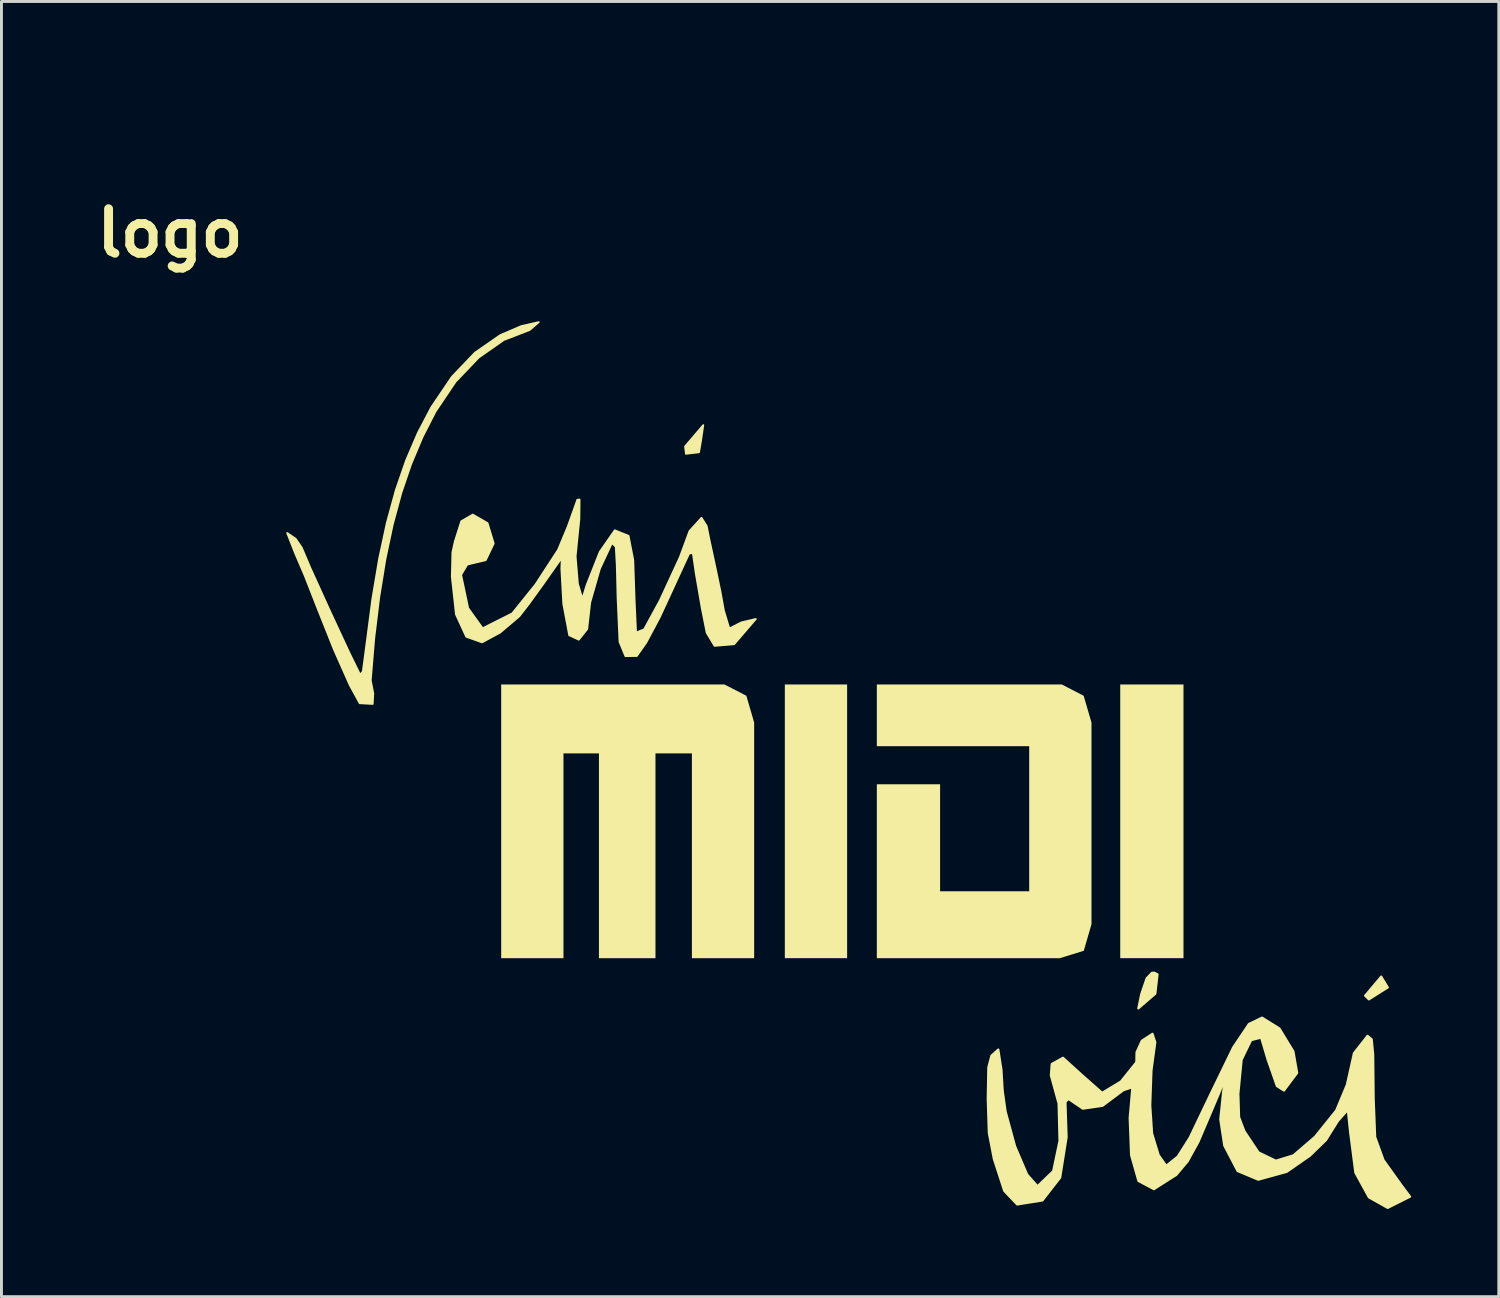
<source format=kicad_pcb>
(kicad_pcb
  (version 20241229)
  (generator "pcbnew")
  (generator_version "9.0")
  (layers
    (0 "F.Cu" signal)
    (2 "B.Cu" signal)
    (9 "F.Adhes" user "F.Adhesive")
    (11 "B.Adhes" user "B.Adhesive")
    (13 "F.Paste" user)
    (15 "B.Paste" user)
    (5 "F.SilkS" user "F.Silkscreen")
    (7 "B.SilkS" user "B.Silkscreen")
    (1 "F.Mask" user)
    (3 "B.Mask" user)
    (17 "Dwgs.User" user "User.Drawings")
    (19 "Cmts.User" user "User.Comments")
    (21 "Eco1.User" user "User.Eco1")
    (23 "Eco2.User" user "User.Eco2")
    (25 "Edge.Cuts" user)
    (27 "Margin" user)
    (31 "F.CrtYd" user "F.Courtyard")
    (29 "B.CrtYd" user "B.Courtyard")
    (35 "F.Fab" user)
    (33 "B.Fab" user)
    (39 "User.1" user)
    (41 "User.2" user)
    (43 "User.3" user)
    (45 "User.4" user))
  (footprint "logo"
    (layer "F.Cu")
    (at 2.772 0.25)
    (property "Reference" "logo" (at 0 4.682 0) (layer "F.SilkS") (effects (font (size 1.524 1.524) (thickness 0.305))))
    (attr exclude_from_pos_files exclude_from_bom)
    (fp_poly (pts (xy 21.05 20.136) (xy 21.05 29.507) (xy 23.183 29.507) (xy 23.183 20.136) (xy 21.05 20.136)) (stroke (width 0) (type solid)) (fill yes) (layer "F.SilkS"))
    (fp_poly (pts (xy 32.534 20.136) (xy 32.534 29.507) (xy 34.7 29.507) (xy 34.7 20.136) (xy 32.534 20.136)) (stroke (width 0) (type solid)) (fill yes) (layer "F.SilkS"))
    (fp_poly (pts (xy 41.469 30.138) (xy 40.918 30.792) (xy 41.047 30.918) (xy 41.695 30.509) (xy 41.469 30.138)) (stroke (width 0.075) (type solid)) (fill yes) (layer "F.SilkS"))
    (fp_poly (pts (xy 10.341 14.526) (xy 10.896 15.224) (xy 10.643 15.754) (xy 10.034 15.791) (xy 10.128 14.666) (xy 10.341 14.526)) (stroke (width 0.064) (type solid)) (fill yes) (layer "F.SilkS"))
    (fp_poly (pts (xy 18.256 11.258) (xy 17.634 11.987) (xy 17.664 12.237) (xy 18.111 12.185) (xy 18.179 11.789) (xy 18.21 11.579) (xy 18.256 11.258)) (stroke (width 0.064) (type solid)) (fill yes) (layer "F.SilkS"))
    (fp_poly (pts (xy 33.621 30.006) (xy 33.439 30.195) (xy 33.253 30.74) (xy 33.153 31.227) (xy 33.735 30.724) (xy 33.811 30.062) (xy 33.704 30.006) (xy 33.621 30.006)) (stroke (width 0.075) (type solid)) (fill yes) (layer "F.SilkS"))
    (fp_poly (pts (xy 11.338 20.136) (xy 18.983 20.136) (xy 19.733 20.522) (xy 20 21.44) (xy 20 29.507) (xy 17.868 29.507) (xy 17.868 22.496) (xy 16.621 22.496) (xy 16.621 29.507) (xy 14.685 29.507) (xy 14.685 22.496) (xy 13.471 22.496) (xy 13.471 29.507) (xy 11.338 29.507) (xy 11.338 20.136)) (stroke (width 0) (type solid)) (fill yes) (layer "F.SilkS"))
    (fp_poly (pts (xy 24.2 20.136) (xy 30.533 20.136) (xy 31.282 20.522) (xy 31.55 21.44) (xy 31.55 28.344) (xy 31.286 29.254) (xy 30.467 29.507) (xy 24.2 29.507) (xy 24.2 23.553) (xy 26.366 23.553) (xy 26.366 27.217) (xy 29.417 27.217) (xy 29.417 22.25) (xy 24.2 22.25) (xy 24.2 20.136)) (stroke (width 0) (type solid)) (fill yes) (layer "F.SilkS"))
    (fp_poly (pts (xy 12.623 7.73) (xy 12.029 7.866) (xy 11.305 8.176) (xy 10.44 8.777) (xy 9.653 9.6) (xy 8.949 10.641) (xy 8.49 11.516) (xy 8.086 12.456) (xy 7.733 13.477) (xy 7.425 14.598) (xy 7.159 15.833) (xy 6.929 17.199) (xy 6.731 18.714) (xy 6.601 19.697) (xy 6.506 19.801) (xy 6.144 19.063) (xy 5.463 17.598) (xy 4.804 16.147) (xy 4.509 15.453) (xy 4.302 15.149) (xy 4.012 14.951) (xy 4.286 15.648) (xy 4.618 16.422) (xy 5.033 17.483) (xy 5.611 18.933) (xy 6.153 20.155) (xy 6.493 20.777) (xy 6.938 20.801) (xy 6.958 20.445) (xy 6.871 19.997) (xy 6.991 18.548) (xy 7.163 17.137) (xy 7.372 15.848) (xy 7.622 14.668) (xy 7.915 13.584) (xy 8.255 12.586) (xy 8.645 11.659) (xy 9.088 10.792) (xy 9.774 9.772) (xy 10.565 8.944) (xy 11.424 8.342) (xy 12.311 7.999) (xy 12.623 7.73)) (stroke (width 0.064) (type solid)) (fill yes) (layer "F.SilkS"))
    (fp_poly (pts (xy 14.021 13.804) (xy 13.945 13.814) (xy 13.624 14.715) (xy 13.288 15.523) (xy 12.51 16.717) (xy 11.716 17.703) (xy 10.702 18.212) (xy 10.208 17.523) (xy 9.966 16.381) (xy 10.176 16.03) (xy 10.81 15.877) (xy 11.082 15.308) (xy 10.871 14.611) (xy 10.365 14.32) (xy 9.971 14.548) (xy 9.748 15.252) (xy 9.669 15.614) (xy 9.649 16.446) (xy 9.79 17.736) (xy 10.142 18.501) (xy 10.683 18.693) (xy 11.3 18.36) (xy 11.957 17.803) (xy 12.293 17.369) (xy 12.787 16.684) (xy 13.416 15.79) (xy 13.399 16.159) (xy 13.465 17.375) (xy 13.667 18.449) (xy 13.995 18.602) (xy 14.283 18.239) (xy 14.385 17.33) (xy 14.716 16.176) (xy 15.13 15.289) (xy 15.262 15.423) (xy 15.297 16.048) (xy 15.325 17.183) (xy 15.391 18.677) (xy 15.591 19.163) (xy 15.981 19.161) (xy 16.304 18.702) (xy 16.771 17.825) (xy 17.276 16.73) (xy 17.772 15.652) (xy 17.901 15.635) (xy 18.002 16.334) (xy 18.207 17.521) (xy 18.375 18.364) (xy 18.644 18.813) (xy 19.314 18.757) (xy 20.055 17.895) (xy 19.565 18.01) (xy 19.148 18.221) (xy 18.963 17.606) (xy 18.844 16.951) (xy 18.654 16.042) (xy 18.472 15.202) (xy 18.373 14.711) (xy 18.197 14.43) (xy 17.787 14.882) (xy 17.457 15.776) (xy 16.772 17.259) (xy 16.233 18.248) (xy 15.956 18.361) (xy 15.908 17.302) (xy 15.859 15.874) (xy 15.699 15.048) (xy 15.228 14.857) (xy 14.715 15.592) (xy 14.266 16.728) (xy 14.118 17.204) (xy 13.964 16.691) (xy 13.886 15.749) (xy 14.014 14.469) (xy 14.021 13.804) (xy 14.021 13.804)) (stroke (width 0.064) (type solid)) (fill yes) (layer "F.SilkS"))
    (fp_poly (pts (xy 37.39 31.543) (xy 36.941 31.759) (xy 36.402 32.56) (xy 35.619 34.173) (xy 34.911 35.653) (xy 34.5 36.302) (xy 34.108 36.615) (xy 33.85 36.25) (xy 33.624 35.506) (xy 33.561 34.547) (xy 33.603 33.352) (xy 33.734 32.388) (xy 33.639 32.096) (xy 33.272 32.335) (xy 33.092 32.73) (xy 33.086 33.069) (xy 32.559 33.728) (xy 31.914 34.118) (xy 31.23 33.513) (xy 30.573 32.917) (xy 30.189 33.131) (xy 30.159 33.521) (xy 30.424 34.486) (xy 30.455 35.761) (xy 30.238 36.798) (xy 29.702 37.315) (xy 29.348 36.916) (xy 28.933 35.945) (xy 28.608 34.753) (xy 28.508 34.033) (xy 28.467 33.329) (xy 28.359 32.635) (xy 28.123 32.847) (xy 28.018 33.244) (xy 27.998 34.31) (xy 28.035 35.49) (xy 28.207 36.381) (xy 28.563 37.477) (xy 29.005 37.94) (xy 29.87 37.803) (xy 30.478 37.02) (xy 30.697 35.639) (xy 30.658 34.433) (xy 30.758 34.324) (xy 31.252 34.66) (xy 31.927 34.562) (xy 32.639 34.03) (xy 32.95 33.925) (xy 32.858 34.976) (xy 32.906 36.252) (xy 33.157 37.136) (xy 33.687 37.416) (xy 34.455 36.927) (xy 34.845 36.462) (xy 35.21 35.8) (xy 35.668 34.726) (xy 36.145 33.595) (xy 36.058 34.079) (xy 35.96 35.027) (xy 36.096 35.924) (xy 36.551 36.795) (xy 37.259 37.092) (xy 38.236 36.823) (xy 39.029 36.271) (xy 39.579 35.737) (xy 39.989 35.08) (xy 40.326 34.701) (xy 40.405 35.465) (xy 40.584 36.851) (xy 41.048 37.697) (xy 41.692 38.058) (xy 42.458 37.673) (xy 42.167 37.284) (xy 41.549 36.42) (xy 41.262 35.63) (xy 41.211 34.313) (xy 41.194 32.801) (xy 41.144 32.285) (xy 41.002 32.166) (xy 40.536 32.759) (xy 40.293 33.846) (xy 39.928 34.719) (xy 39.206 35.618) (xy 38.463 36.258) (xy 37.862 36.442) (xy 37.271 36.158) (xy 36.783 35.426) (xy 36.603 34.949) (xy 36.578 34.148) (xy 36.691 32.983) (xy 37.016 32.314) (xy 37.357 32.227) (xy 37.583 32.988) (xy 37.897 33.885) (xy 38.14 34.04) (xy 38.592 33.436) (xy 38.464 32.699) (xy 37.985 31.914) (xy 37.39 31.543)) (stroke (width 0.075) (type solid)) (fill yes) (layer "F.SilkS")))
  (gr_rect
    (start -3 -3)
    (end 48.268 41.346)
    (stroke (width 0.1) (type default))
    (fill no)
    (layer "Edge.Cuts")))
</source>
